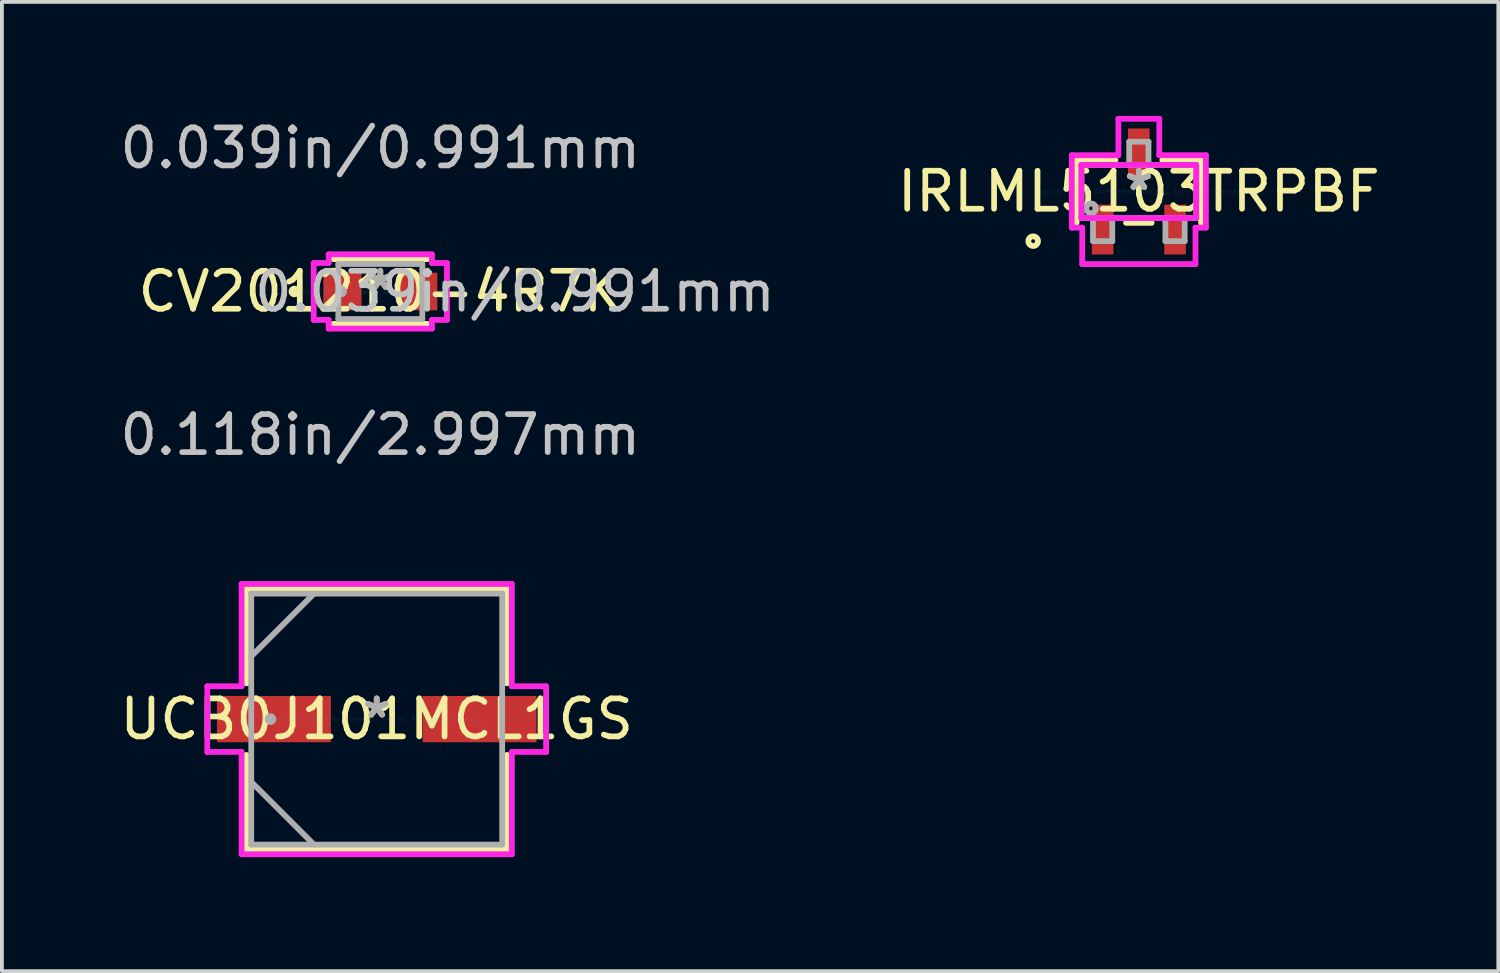
<source format=kicad_pcb>
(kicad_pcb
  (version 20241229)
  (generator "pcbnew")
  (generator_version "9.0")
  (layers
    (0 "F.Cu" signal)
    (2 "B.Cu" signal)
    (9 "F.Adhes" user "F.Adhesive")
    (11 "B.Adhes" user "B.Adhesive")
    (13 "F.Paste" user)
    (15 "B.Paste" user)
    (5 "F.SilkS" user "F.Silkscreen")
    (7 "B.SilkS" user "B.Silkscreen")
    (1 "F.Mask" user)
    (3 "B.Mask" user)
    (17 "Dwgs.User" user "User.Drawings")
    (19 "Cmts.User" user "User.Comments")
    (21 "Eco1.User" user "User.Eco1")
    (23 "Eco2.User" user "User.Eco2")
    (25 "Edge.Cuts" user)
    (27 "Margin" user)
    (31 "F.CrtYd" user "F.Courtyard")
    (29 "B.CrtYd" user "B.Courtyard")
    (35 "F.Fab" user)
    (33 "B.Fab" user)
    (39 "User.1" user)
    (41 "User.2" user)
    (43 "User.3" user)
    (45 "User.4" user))
  (footprint "IRLML5103TRPBF"
    (layer "F.Cu")
    (at 26.918 1.988)
    (property "Reference" "IRLML5103TRPBF" (at 0 0 0) (layer "F.SilkS") (effects (font (size 1 1) (thickness 0.15))))
    (attr through_hole)
    (fp_line (start -1.638 -0.826) (end -1.638 0.826) (stroke (width 0.152) (type solid)) (layer "F.SilkS"))
    (fp_line (start -0.617 -0.826) (end -1.638 -0.826) (stroke (width 0.152) (type solid)) (layer "F.SilkS"))
    (fp_line (start -0.336 0.826) (end 0.336 0.826) (stroke (width 0.152) (type solid)) (layer "F.SilkS"))
    (fp_line (start 1.638 -0.826) (end 0.617 -0.826) (stroke (width 0.152) (type solid)) (layer "F.SilkS"))
    (fp_line (start 1.638 0.826) (end 1.638 -0.826) (stroke (width 0.152) (type solid)) (layer "F.SilkS"))
    (fp_circle (center -2.781 1.308) (end -2.654 1.308) (stroke (width 0.152) (type solid)) (fill no) (layer "F.SilkS"))
    (fp_line (start -1.765 -0.953) (end -0.538 -0.953) (stroke (width 0.152) (type solid)) (layer "F.CrtYd"))
    (fp_line (start -1.765 0.953) (end -1.765 -0.953) (stroke (width 0.152) (type solid)) (layer "F.CrtYd"))
    (fp_line (start -1.511 -0.699) (end 1.511 -0.699) (stroke (width 0.152) (type solid)) (layer "F.CrtYd"))
    (fp_line (start -1.511 0.699) (end -1.511 -0.699) (stroke (width 0.152) (type solid)) (layer "F.CrtYd"))
    (fp_line (start -1.49 0.953) (end -1.765 0.953) (stroke (width 0.152) (type solid)) (layer "F.CrtYd"))
    (fp_line (start -1.49 1.912) (end -1.49 0.953) (stroke (width 0.152) (type solid)) (layer "F.CrtYd"))
    (fp_line (start -0.538 -1.912) (end 0.538 -1.912) (stroke (width 0.152) (type solid)) (layer "F.CrtYd"))
    (fp_line (start -0.538 -0.953) (end -0.538 -1.912) (stroke (width 0.152) (type solid)) (layer "F.CrtYd"))
    (fp_line (start 0.538 -1.912) (end 0.538 -0.953) (stroke (width 0.152) (type solid)) (layer "F.CrtYd"))
    (fp_line (start 0.538 -0.953) (end 1.765 -0.953) (stroke (width 0.152) (type solid)) (layer "F.CrtYd"))
    (fp_line (start 1.49 0.953) (end 1.49 1.912) (stroke (width 0.152) (type solid)) (layer "F.CrtYd"))
    (fp_line (start 1.49 1.912) (end -1.49 1.912) (stroke (width 0.152) (type solid)) (layer "F.CrtYd"))
    (fp_line (start 1.511 -0.699) (end 1.511 0.699) (stroke (width 0.152) (type solid)) (layer "F.CrtYd"))
    (fp_line (start 1.511 0.699) (end -1.511 0.699) (stroke (width 0.152) (type solid)) (layer "F.CrtYd"))
    (fp_line (start 1.765 -0.953) (end 1.765 0.953) (stroke (width 0.152) (type solid)) (layer "F.CrtYd"))
    (fp_line (start 1.765 0.953) (end 1.49 0.953) (stroke (width 0.152) (type solid)) (layer "F.CrtYd"))
    (fp_line (start -1.511 -0.699) (end -1.511 0.699) (stroke (width 0.152) (type solid)) (layer "F.Fab"))
    (fp_line (start -1.511 0.699) (end 1.511 0.699) (stroke (width 0.152) (type solid)) (layer "F.Fab"))
    (fp_line (start -1.206 0.699) (end -1.206 1.308) (stroke (width 0.152) (type solid)) (layer "F.Fab"))
    (fp_line (start -1.206 1.308) (end -0.699 1.308) (stroke (width 0.152) (type solid)) (layer "F.Fab"))
    (fp_line (start -0.699 0.699) (end -1.206 0.699) (stroke (width 0.152) (type solid)) (layer "F.Fab"))
    (fp_line (start -0.699 1.308) (end -0.699 0.699) (stroke (width 0.152) (type solid)) (layer "F.Fab"))
    (fp_line (start -0.254 -1.308) (end -0.254 -0.699) (stroke (width 0.152) (type solid)) (layer "F.Fab"))
    (fp_line (start -0.254 -0.699) (end 0.254 -0.699) (stroke (width 0.152) (type solid)) (layer "F.Fab"))
    (fp_line (start 0.254 -1.308) (end -0.254 -1.308) (stroke (width 0.152) (type solid)) (layer "F.Fab"))
    (fp_line (start 0.254 -0.699) (end 0.254 -1.308) (stroke (width 0.152) (type solid)) (layer "F.Fab"))
    (fp_line (start 0.699 0.699) (end 0.699 1.308) (stroke (width 0.152) (type solid)) (layer "F.Fab"))
    (fp_line (start 0.699 1.308) (end 1.206 1.308) (stroke (width 0.152) (type solid)) (layer "F.Fab"))
    (fp_line (start 1.206 0.699) (end 0.699 0.699) (stroke (width 0.152) (type solid)) (layer "F.Fab"))
    (fp_line (start 1.206 1.308) (end 1.206 0.699) (stroke (width 0.152) (type solid)) (layer "F.Fab"))
    (fp_line (start 1.511 -0.699) (end -1.511 -0.699) (stroke (width 0.152) (type solid)) (layer "F.Fab"))
    (fp_line (start 1.511 0.699) (end 1.511 -0.699) (stroke (width 0.152) (type solid)) (layer "F.Fab"))
    (fp_circle (center -1.257 0.445) (end -1.13 0.445) (stroke (width 0.152) (type solid)) (fill no) (layer "F.Fab"))
    (fp_text user "*" (at 0 0 0) (layer "F.SilkS") (effects (font (size 1 1) (thickness 0.15))))
    (fp_text user "Copyright 2016 Accelerated Designs. All rights reserved." (at 0 0 0) (layer "Cmts.User") (effects (font (size 0.127 0.127) (thickness 0.002))))
    (fp_text user "*" (at 0 0 0) (layer "F.Fab") (effects (font (size 1 1) (thickness 0.15))))
    (pad "1" smd rect (at -0.953 1.003) (size 0.568 1.31) (layers "F.Cu" "F.Mask" "F.Paste"))
    (pad "2" smd rect (at 0.953 1.003) (size 0.568 1.31) (layers "F.Cu" "F.Mask" "F.Paste"))
    (pad "3" smd rect (at 0 -1.003) (size 0.568 1.31) (layers "F.Cu" "F.Mask" "F.Paste")))
  (footprint "UCB0J101MCL1GS"
    (layer "F.Cu")
    (at 6.863 15.873)
    (property "Reference" "UCB0J101MCL1GS" (at 0 0 0) (layer "F.SilkS") (effects (font (size 1 1) (thickness 0.15))))
    (attr through_hole)
    (fp_line (start -3.429 -3.429) (end -3.429 -0.942) (stroke (width 0.152) (type solid)) (layer "F.SilkS"))
    (fp_line (start -3.429 0.942) (end -3.429 3.429) (stroke (width 0.152) (type solid)) (layer "F.SilkS"))
    (fp_line (start -3.429 3.429) (end 3.429 3.429) (stroke (width 0.152) (type solid)) (layer "F.SilkS"))
    (fp_line (start 3.429 -3.429) (end -3.429 -3.429) (stroke (width 0.152) (type solid)) (layer "F.SilkS"))
    (fp_line (start 3.429 -0.942) (end 3.429 -3.429) (stroke (width 0.152) (type solid)) (layer "F.SilkS"))
    (fp_line (start 3.429 3.429) (end 3.429 0.942) (stroke (width 0.152) (type solid)) (layer "F.SilkS"))
    (fp_line (start -4.458 -0.864) (end -3.556 -0.864) (stroke (width 0.152) (type solid)) (layer "F.CrtYd"))
    (fp_line (start -4.458 0.864) (end -4.458 -0.864) (stroke (width 0.152) (type solid)) (layer "F.CrtYd"))
    (fp_line (start -3.556 -3.556) (end 3.556 -3.556) (stroke (width 0.152) (type solid)) (layer "F.CrtYd"))
    (fp_line (start -3.556 -0.864) (end -3.556 -3.556) (stroke (width 0.152) (type solid)) (layer "F.CrtYd"))
    (fp_line (start -3.556 0.864) (end -4.458 0.864) (stroke (width 0.152) (type solid)) (layer "F.CrtYd"))
    (fp_line (start -3.556 3.556) (end -3.556 0.864) (stroke (width 0.152) (type solid)) (layer "F.CrtYd"))
    (fp_line (start 3.556 -3.556) (end 3.556 -0.864) (stroke (width 0.152) (type solid)) (layer "F.CrtYd"))
    (fp_line (start 3.556 -0.864) (end 4.458 -0.864) (stroke (width 0.152) (type solid)) (layer "F.CrtYd"))
    (fp_line (start 3.556 0.864) (end 3.556 3.556) (stroke (width 0.152) (type solid)) (layer "F.CrtYd"))
    (fp_line (start 3.556 3.556) (end -3.556 3.556) (stroke (width 0.152) (type solid)) (layer "F.CrtYd"))
    (fp_line (start 4.458 -0.864) (end 4.458 0.864) (stroke (width 0.152) (type solid)) (layer "F.CrtYd"))
    (fp_line (start 4.458 0.864) (end 3.556 0.864) (stroke (width 0.152) (type solid)) (layer "F.CrtYd"))
    (fp_line (start -3.302 -3.302) (end -3.302 3.302) (stroke (width 0.152) (type solid)) (layer "F.Fab"))
    (fp_line (start -3.302 -1.651) (end -1.651 -3.302) (stroke (width 0.152) (type solid)) (layer "F.Fab"))
    (fp_line (start -3.302 1.651) (end -1.651 3.302) (stroke (width 0.152) (type solid)) (layer "F.Fab"))
    (fp_line (start -3.302 3.302) (end 3.302 3.302) (stroke (width 0.152) (type solid)) (layer "F.Fab"))
    (fp_line (start 3.302 -3.302) (end -3.302 -3.302) (stroke (width 0.152) (type solid)) (layer "F.Fab"))
    (fp_line (start 3.302 3.302) (end 3.302 -3.302) (stroke (width 0.152) (type solid)) (layer "F.Fab"))
    (fp_circle (center -2.794 0) (end -2.794 0) (stroke (width 0.152) (type solid)) (fill no) (layer "F.Fab"))
    (fp_text user "*" (at 0 0 0) (layer "F.SilkS") (effects (font (size 1 1) (thickness 0.15))))
    (fp_text user "Copyright 2016 Accelerated Designs. All rights reserved." (at 0 0 0) (layer "Cmts.User") (effects (font (size 0.127 0.127) (thickness 0.002))))
    (fp_text user "*" (at 0 0 0) (layer "F.Fab") (effects (font (size 1 1) (thickness 0.15))))
    (pad "1" smd rect (at -2.705 0) (size 2.997 1.219) (layers "F.Cu" "F.Mask" "F.Paste"))
    (pad "2" smd rect (at 2.705 0) (size 2.997 1.219) (layers "F.Cu" "F.Mask" "F.Paste")))
  (footprint "CV201210-4R7K"
    (layer "F.Cu")
    (at 6.958 4.62)
    (property "Reference" "CV201210-4R7K" (at 0 0 0) (layer "F.SilkS") (effects (font (size 1 1) (thickness 0.15))))
    (attr through_hole)
    (fp_line (start -1.232 0.851) (end 1.232 0.851) (stroke (width 0.152) (type solid)) (layer "F.SilkS"))
    (fp_line (start 1.232 -0.851) (end -1.232 -0.851) (stroke (width 0.152) (type solid)) (layer "F.SilkS"))
    (fp_circle (center -2.261 0) (end -2.184 0) (stroke (width 0.152) (type solid)) (fill no) (layer "F.SilkS"))
    (fp_line (start -1.753 -0.749) (end -1.359 -0.749) (stroke (width 0.152) (type solid)) (layer "F.CrtYd"))
    (fp_line (start -1.753 0.749) (end -1.753 -0.749) (stroke (width 0.152) (type solid)) (layer "F.CrtYd"))
    (fp_line (start -1.359 -0.978) (end 1.359 -0.978) (stroke (width 0.152) (type solid)) (layer "F.CrtYd"))
    (fp_line (start -1.359 -0.749) (end -1.359 -0.978) (stroke (width 0.152) (type solid)) (layer "F.CrtYd"))
    (fp_line (start -1.359 0.749) (end -1.753 0.749) (stroke (width 0.152) (type solid)) (layer "F.CrtYd"))
    (fp_line (start -1.359 0.978) (end -1.359 0.749) (stroke (width 0.152) (type solid)) (layer "F.CrtYd"))
    (fp_line (start 1.359 -0.978) (end 1.359 -0.749) (stroke (width 0.152) (type solid)) (layer "F.CrtYd"))
    (fp_line (start 1.359 -0.749) (end 1.753 -0.749) (stroke (width 0.152) (type solid)) (layer "F.CrtYd"))
    (fp_line (start 1.359 0.749) (end 1.359 0.978) (stroke (width 0.152) (type solid)) (layer "F.CrtYd"))
    (fp_line (start 1.359 0.978) (end -1.359 0.978) (stroke (width 0.152) (type solid)) (layer "F.CrtYd"))
    (fp_line (start 1.753 -0.749) (end 1.753 0.749) (stroke (width 0.152) (type solid)) (layer "F.CrtYd"))
    (fp_line (start 1.753 0.749) (end 1.359 0.749) (stroke (width 0.152) (type solid)) (layer "F.CrtYd"))
    (fp_line (start -1.105 -0.724) (end -1.105 0.724) (stroke (width 0.152) (type solid)) (layer "F.Fab"))
    (fp_line (start -1.105 0.724) (end 1.105 0.724) (stroke (width 0.152) (type solid)) (layer "F.Fab"))
    (fp_line (start 1.105 -0.724) (end -1.105 -0.724) (stroke (width 0.152) (type solid)) (layer "F.Fab"))
    (fp_line (start 1.105 0.724) (end 1.105 -0.724) (stroke (width 0.152) (type solid)) (layer "F.Fab"))
    (fp_circle (center -1.029 0) (end -0.953 0) (stroke (width 0.152) (type solid)) (fill no) (layer "F.Fab"))
    (fp_text user "*" (at 0 0 0) (layer "F.SilkS") (effects (font (size 1 1) (thickness 0.15))))
    (fp_text user "0.039in/0.991mm" (at 3.543 0 0) (layer "Dwgs.User") (effects (font (size 1 1) (thickness 0.15))))
    (fp_text user "0.118in/2.997mm" (at 0 3.772 0) (layer "Dwgs.User") (effects (font (size 1 1) (thickness 0.15))))
    (fp_text user "0.039in/0.991mm" (at 0 -3.772 0) (layer "Dwgs.User") (effects (font (size 1 1) (thickness 0.15))))
    (fp_text user "Copyright 2016 Accelerated Designs. All rights reserved." (at 0 0 0) (layer "Cmts.User") (effects (font (size 0.127 0.127) (thickness 0.002))))
    (fp_text user "*" (at 0 0 0) (layer "F.Fab") (effects (font (size 1 1) (thickness 0.15))))
    (pad "1" smd rect (at -0.997 0) (size 1.003 0.991) (layers "F.Cu" "F.Mask" "F.Paste"))
    (pad "2" smd rect (at 0.997 0) (size 1.003 0.991) (layers "F.Cu" "F.Mask" "F.Paste")))
  (gr_rect
    (start -3 -3)
    (end 36.377 22.505)
    (stroke (width 0.1) (type default))
    (fill no)
    (layer "Edge.Cuts")))
</source>
